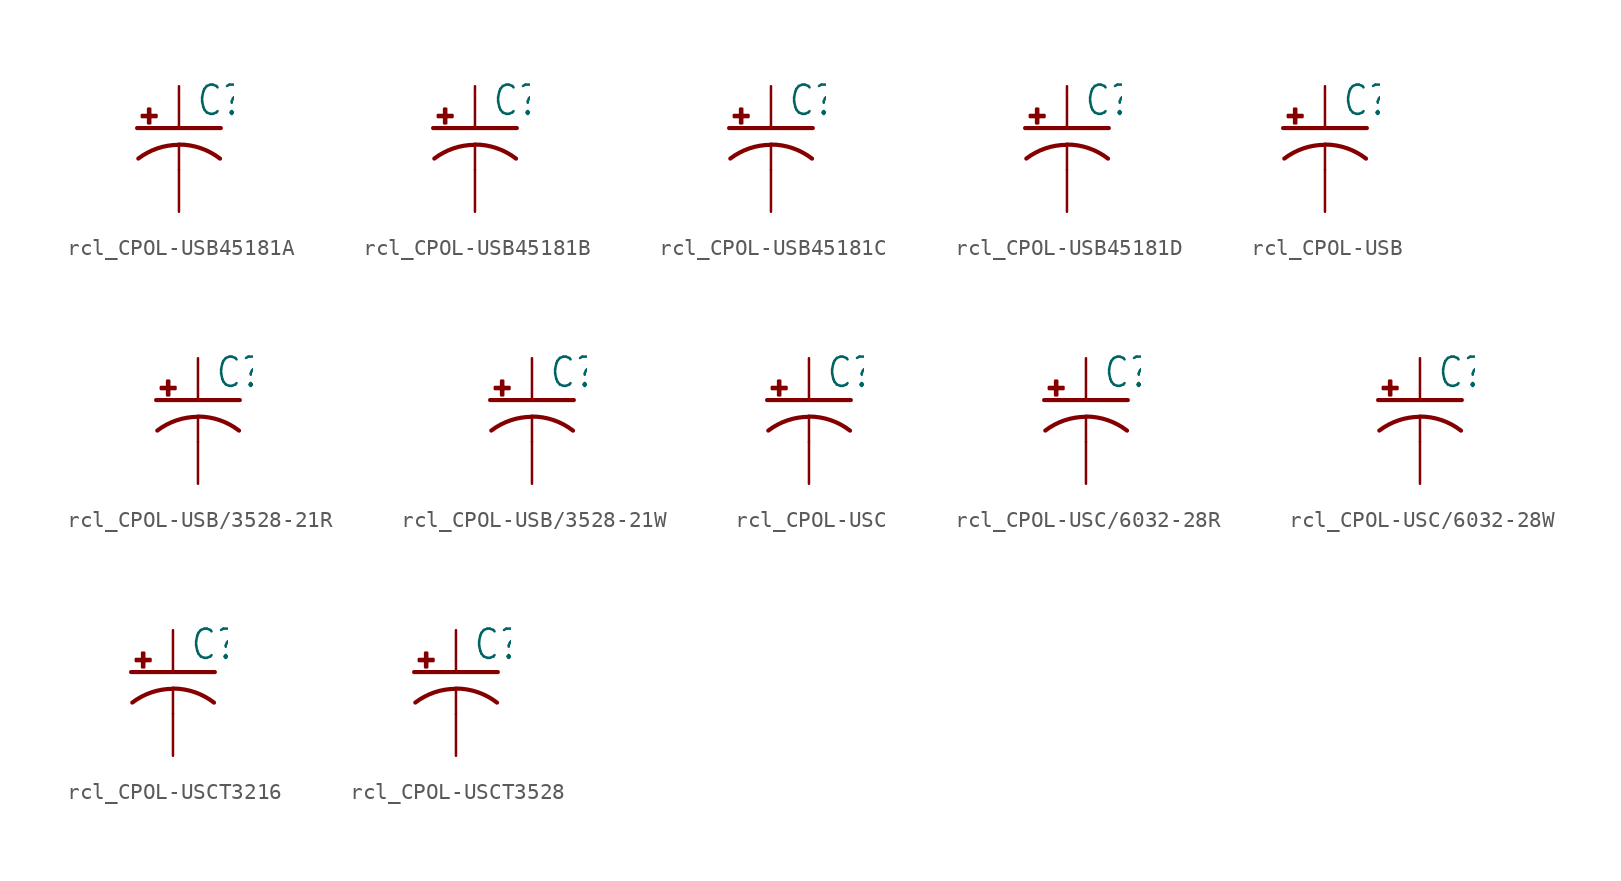
<source format=kicad_sym>
(kicad_symbol_lib
  (version 20220914)
  (generator kicad_symbol_editor)
  (symbol "rcl_CPOL-USB45181A"
    (property "Reference" "C"
      (at 1.016 0.635 0)
      (effects (font (size 1.778 1.511)) (justify left bottom)))
    (property "Value" ""
      (at 1.016 -4.191 0)
      (effects (font (size 1.778 1.511)) (justify left bottom)))
    (property "ki_locked" ""
      (at 0 0 0)
      (effects (font (size 1.27 1.27))))
    (symbol "rcl_CPOL-USB45181A_1_0"
      (rectangle (start -2.253 0.668) (end -1.364 0.795) (stroke (width 0) (type default)) (fill (type outline)))
      (rectangle (start -1.872 0.287) (end -1.745 1.176) (stroke (width 0) (type default)) (fill (type outline)))
      (arc (start 0 -1.0161) (mid -1.3021 -1.2303) (end -2.4669 -1.8504) (stroke (width 0.254) (type solid)) (fill (type none)))
      (polyline (pts (xy -2.54 0) (xy 2.54 0)) (stroke (width 0.254) (type solid)) (fill (type none)))
      (polyline (pts (xy 0 -1.016) (xy 0 -2.54)) (stroke (width 0.152) (type solid)) (fill (type none)))
      (arc (start 2.4892 -1.8541) (mid 1.3158 -1.2194) (end 0 -1) (stroke (width 0.254) (type solid)) (fill (type none)))
      (pin passive line (at 0 2.54 270) (length 2.54) (name "+" (effects (font (size 0 0)))) (number "+" (effects (font (size 0 0)))))
      (pin passive line (at 0 -5.08 90) (length 2.54) (name "-" (effects (font (size 0 0)))) (number "-" (effects (font (size 0 0)))))))
  (symbol "rcl_CPOL-USB45181B"
    (property "Reference" "C"
      (at 1.016 0.635 0)
      (effects (font (size 1.778 1.511)) (justify left bottom)))
    (property "Value" ""
      (at 1.016 -4.191 0)
      (effects (font (size 1.778 1.511)) (justify left bottom)))
    (property "ki_locked" ""
      (at 0 0 0)
      (effects (font (size 1.27 1.27))))
    (symbol "rcl_CPOL-USB45181B_1_0"
      (rectangle (start -2.253 0.668) (end -1.364 0.795) (stroke (width 0) (type default)) (fill (type outline)))
      (rectangle (start -1.872 0.287) (end -1.745 1.176) (stroke (width 0) (type default)) (fill (type outline)))
      (arc (start 0 -1.0161) (mid -1.3021 -1.2303) (end -2.4669 -1.8504) (stroke (width 0.254) (type solid)) (fill (type none)))
      (polyline (pts (xy -2.54 0) (xy 2.54 0)) (stroke (width 0.254) (type solid)) (fill (type none)))
      (polyline (pts (xy 0 -1.016) (xy 0 -2.54)) (stroke (width 0.152) (type solid)) (fill (type none)))
      (arc (start 2.4892 -1.8541) (mid 1.3158 -1.2194) (end 0 -1) (stroke (width 0.254) (type solid)) (fill (type none)))
      (pin passive line (at 0 2.54 270) (length 2.54) (name "+" (effects (font (size 0 0)))) (number "+" (effects (font (size 0 0)))))
      (pin passive line (at 0 -5.08 90) (length 2.54) (name "-" (effects (font (size 0 0)))) (number "-" (effects (font (size 0 0)))))))
  (symbol "rcl_CPOL-USB45181C"
    (property "Reference" "C"
      (at 1.016 0.635 0)
      (effects (font (size 1.778 1.511)) (justify left bottom)))
    (property "Value" ""
      (at 1.016 -4.191 0)
      (effects (font (size 1.778 1.511)) (justify left bottom)))
    (property "ki_locked" ""
      (at 0 0 0)
      (effects (font (size 1.27 1.27))))
    (symbol "rcl_CPOL-USB45181C_1_0"
      (rectangle (start -2.253 0.668) (end -1.364 0.795) (stroke (width 0) (type default)) (fill (type outline)))
      (rectangle (start -1.872 0.287) (end -1.745 1.176) (stroke (width 0) (type default)) (fill (type outline)))
      (arc (start 0 -1.0161) (mid -1.3021 -1.2303) (end -2.4669 -1.8504) (stroke (width 0.254) (type solid)) (fill (type none)))
      (polyline (pts (xy -2.54 0) (xy 2.54 0)) (stroke (width 0.254) (type solid)) (fill (type none)))
      (polyline (pts (xy 0 -1.016) (xy 0 -2.54)) (stroke (width 0.152) (type solid)) (fill (type none)))
      (arc (start 2.4892 -1.8541) (mid 1.3158 -1.2194) (end 0 -1) (stroke (width 0.254) (type solid)) (fill (type none)))
      (pin passive line (at 0 2.54 270) (length 2.54) (name "+" (effects (font (size 0 0)))) (number "+" (effects (font (size 0 0)))))
      (pin passive line (at 0 -5.08 90) (length 2.54) (name "-" (effects (font (size 0 0)))) (number "-" (effects (font (size 0 0)))))))
  (symbol "rcl_CPOL-USB45181D"
    (property "Reference" "C"
      (at 1.016 0.635 0)
      (effects (font (size 1.778 1.511)) (justify left bottom)))
    (property "Value" ""
      (at 1.016 -4.191 0)
      (effects (font (size 1.778 1.511)) (justify left bottom)))
    (property "ki_locked" ""
      (at 0 0 0)
      (effects (font (size 1.27 1.27))))
    (symbol "rcl_CPOL-USB45181D_1_0"
      (rectangle (start -2.253 0.668) (end -1.364 0.795) (stroke (width 0) (type default)) (fill (type outline)))
      (rectangle (start -1.872 0.287) (end -1.745 1.176) (stroke (width 0) (type default)) (fill (type outline)))
      (arc (start 0 -1.0161) (mid -1.3021 -1.2303) (end -2.4669 -1.8504) (stroke (width 0.254) (type solid)) (fill (type none)))
      (polyline (pts (xy -2.54 0) (xy 2.54 0)) (stroke (width 0.254) (type solid)) (fill (type none)))
      (polyline (pts (xy 0 -1.016) (xy 0 -2.54)) (stroke (width 0.152) (type solid)) (fill (type none)))
      (arc (start 2.4892 -1.8541) (mid 1.3158 -1.2194) (end 0 -1) (stroke (width 0.254) (type solid)) (fill (type none)))
      (pin passive line (at 0 2.54 270) (length 2.54) (name "+" (effects (font (size 0 0)))) (number "+" (effects (font (size 0 0)))))
      (pin passive line (at 0 -5.08 90) (length 2.54) (name "-" (effects (font (size 0 0)))) (number "-" (effects (font (size 0 0)))))))
  (symbol "rcl_CPOL-USB"
    (property "Reference" "C"
      (at 1.016 0.635 0)
      (effects (font (size 1.778 1.511)) (justify left bottom)))
    (property "Value" ""
      (at 1.016 -4.191 0)
      (effects (font (size 1.778 1.511)) (justify left bottom)))
    (property "ki_locked" ""
      (at 0 0 0)
      (effects (font (size 1.27 1.27))))
    (symbol "rcl_CPOL-USB_1_0"
      (rectangle (start -2.253 0.668) (end -1.364 0.795) (stroke (width 0) (type default)) (fill (type outline)))
      (rectangle (start -1.872 0.287) (end -1.745 1.176) (stroke (width 0) (type default)) (fill (type outline)))
      (arc (start 0 -1.0161) (mid -1.3021 -1.2303) (end -2.4669 -1.8504) (stroke (width 0.254) (type solid)) (fill (type none)))
      (polyline (pts (xy -2.54 0) (xy 2.54 0)) (stroke (width 0.254) (type solid)) (fill (type none)))
      (polyline (pts (xy 0 -1.016) (xy 0 -2.54)) (stroke (width 0.152) (type solid)) (fill (type none)))
      (arc (start 2.4892 -1.8541) (mid 1.3158 -1.2194) (end 0 -1) (stroke (width 0.254) (type solid)) (fill (type none)))
      (pin passive line (at 0 2.54 270) (length 2.54) (name "+" (effects (font (size 0 0)))) (number "+" (effects (font (size 0 0)))))
      (pin passive line (at 0 -5.08 90) (length 2.54) (name "-" (effects (font (size 0 0)))) (number "-" (effects (font (size 0 0)))))))
  (symbol "rcl_CPOL-USB/3528-21R"
    (property "Reference" "C"
      (at 1.016 0.635 0)
      (effects (font (size 1.778 1.511)) (justify left bottom)))
    (property "Value" ""
      (at 1.016 -4.191 0)
      (effects (font (size 1.778 1.511)) (justify left bottom)))
    (property "ki_locked" ""
      (at 0 0 0)
      (effects (font (size 1.27 1.27))))
    (symbol "rcl_CPOL-USB/3528-21R_1_0"
      (rectangle (start -2.253 0.668) (end -1.364 0.795) (stroke (width 0) (type default)) (fill (type outline)))
      (rectangle (start -1.872 0.287) (end -1.745 1.176) (stroke (width 0) (type default)) (fill (type outline)))
      (arc (start 0 -1.0161) (mid -1.3021 -1.2303) (end -2.4669 -1.8504) (stroke (width 0.254) (type solid)) (fill (type none)))
      (polyline (pts (xy -2.54 0) (xy 2.54 0)) (stroke (width 0.254) (type solid)) (fill (type none)))
      (polyline (pts (xy 0 -1.016) (xy 0 -2.54)) (stroke (width 0.152) (type solid)) (fill (type none)))
      (arc (start 2.4892 -1.8541) (mid 1.3158 -1.2194) (end 0 -1) (stroke (width 0.254) (type solid)) (fill (type none)))
      (pin passive line (at 0 2.54 270) (length 2.54) (name "+" (effects (font (size 0 0)))) (number "+" (effects (font (size 0 0)))))
      (pin passive line (at 0 -5.08 90) (length 2.54) (name "-" (effects (font (size 0 0)))) (number "-" (effects (font (size 0 0)))))))
  (symbol "rcl_CPOL-USB/3528-21W"
    (property "Reference" "C"
      (at 1.016 0.635 0)
      (effects (font (size 1.778 1.511)) (justify left bottom)))
    (property "Value" ""
      (at 1.016 -4.191 0)
      (effects (font (size 1.778 1.511)) (justify left bottom)))
    (property "ki_locked" ""
      (at 0 0 0)
      (effects (font (size 1.27 1.27))))
    (symbol "rcl_CPOL-USB/3528-21W_1_0"
      (rectangle (start -2.253 0.668) (end -1.364 0.795) (stroke (width 0) (type default)) (fill (type outline)))
      (rectangle (start -1.872 0.287) (end -1.745 1.176) (stroke (width 0) (type default)) (fill (type outline)))
      (arc (start 0 -1.0161) (mid -1.3021 -1.2303) (end -2.4669 -1.8504) (stroke (width 0.254) (type solid)) (fill (type none)))
      (polyline (pts (xy -2.54 0) (xy 2.54 0)) (stroke (width 0.254) (type solid)) (fill (type none)))
      (polyline (pts (xy 0 -1.016) (xy 0 -2.54)) (stroke (width 0.152) (type solid)) (fill (type none)))
      (arc (start 2.4892 -1.8541) (mid 1.3158 -1.2194) (end 0 -1) (stroke (width 0.254) (type solid)) (fill (type none)))
      (pin passive line (at 0 2.54 270) (length 2.54) (name "+" (effects (font (size 0 0)))) (number "+" (effects (font (size 0 0)))))
      (pin passive line (at 0 -5.08 90) (length 2.54) (name "-" (effects (font (size 0 0)))) (number "-" (effects (font (size 0 0)))))))
  (symbol "rcl_CPOL-USC"
    (property "Reference" "C"
      (at 1.016 0.635 0)
      (effects (font (size 1.778 1.511)) (justify left bottom)))
    (property "Value" ""
      (at 1.016 -4.191 0)
      (effects (font (size 1.778 1.511)) (justify left bottom)))
    (property "ki_locked" ""
      (at 0 0 0)
      (effects (font (size 1.27 1.27))))
    (symbol "rcl_CPOL-USC_1_0"
      (rectangle (start -2.253 0.668) (end -1.364 0.795) (stroke (width 0) (type default)) (fill (type outline)))
      (rectangle (start -1.872 0.287) (end -1.745 1.176) (stroke (width 0) (type default)) (fill (type outline)))
      (arc (start 0 -1.0161) (mid -1.3021 -1.2303) (end -2.4669 -1.8504) (stroke (width 0.254) (type solid)) (fill (type none)))
      (polyline (pts (xy -2.54 0) (xy 2.54 0)) (stroke (width 0.254) (type solid)) (fill (type none)))
      (polyline (pts (xy 0 -1.016) (xy 0 -2.54)) (stroke (width 0.152) (type solid)) (fill (type none)))
      (arc (start 2.4892 -1.8541) (mid 1.3158 -1.2194) (end 0 -1) (stroke (width 0.254) (type solid)) (fill (type none)))
      (pin passive line (at 0 2.54 270) (length 2.54) (name "+" (effects (font (size 0 0)))) (number "+" (effects (font (size 0 0)))))
      (pin passive line (at 0 -5.08 90) (length 2.54) (name "-" (effects (font (size 0 0)))) (number "-" (effects (font (size 0 0)))))))
  (symbol "rcl_CPOL-USC/6032-28R"
    (property "Reference" "C"
      (at 1.016 0.635 0)
      (effects (font (size 1.778 1.511)) (justify left bottom)))
    (property "Value" ""
      (at 1.016 -4.191 0)
      (effects (font (size 1.778 1.511)) (justify left bottom)))
    (property "ki_locked" ""
      (at 0 0 0)
      (effects (font (size 1.27 1.27))))
    (symbol "rcl_CPOL-USC/6032-28R_1_0"
      (rectangle (start -2.253 0.668) (end -1.364 0.795) (stroke (width 0) (type default)) (fill (type outline)))
      (rectangle (start -1.872 0.287) (end -1.745 1.176) (stroke (width 0) (type default)) (fill (type outline)))
      (arc (start 0 -1.0161) (mid -1.3021 -1.2303) (end -2.4669 -1.8504) (stroke (width 0.254) (type solid)) (fill (type none)))
      (polyline (pts (xy -2.54 0) (xy 2.54 0)) (stroke (width 0.254) (type solid)) (fill (type none)))
      (polyline (pts (xy 0 -1.016) (xy 0 -2.54)) (stroke (width 0.152) (type solid)) (fill (type none)))
      (arc (start 2.4892 -1.8541) (mid 1.3158 -1.2194) (end 0 -1) (stroke (width 0.254) (type solid)) (fill (type none)))
      (pin passive line (at 0 2.54 270) (length 2.54) (name "+" (effects (font (size 0 0)))) (number "+" (effects (font (size 0 0)))))
      (pin passive line (at 0 -5.08 90) (length 2.54) (name "-" (effects (font (size 0 0)))) (number "-" (effects (font (size 0 0)))))))
  (symbol "rcl_CPOL-USC/6032-28W"
    (property "Reference" "C"
      (at 1.016 0.635 0)
      (effects (font (size 1.778 1.511)) (justify left bottom)))
    (property "Value" ""
      (at 1.016 -4.191 0)
      (effects (font (size 1.778 1.511)) (justify left bottom)))
    (property "ki_locked" ""
      (at 0 0 0)
      (effects (font (size 1.27 1.27))))
    (symbol "rcl_CPOL-USC/6032-28W_1_0"
      (rectangle (start -2.253 0.668) (end -1.364 0.795) (stroke (width 0) (type default)) (fill (type outline)))
      (rectangle (start -1.872 0.287) (end -1.745 1.176) (stroke (width 0) (type default)) (fill (type outline)))
      (arc (start 0 -1.0161) (mid -1.3021 -1.2303) (end -2.4669 -1.8504) (stroke (width 0.254) (type solid)) (fill (type none)))
      (polyline (pts (xy -2.54 0) (xy 2.54 0)) (stroke (width 0.254) (type solid)) (fill (type none)))
      (polyline (pts (xy 0 -1.016) (xy 0 -2.54)) (stroke (width 0.152) (type solid)) (fill (type none)))
      (arc (start 2.4892 -1.8541) (mid 1.3158 -1.2194) (end 0 -1) (stroke (width 0.254) (type solid)) (fill (type none)))
      (pin passive line (at 0 2.54 270) (length 2.54) (name "+" (effects (font (size 0 0)))) (number "+" (effects (font (size 0 0)))))
      (pin passive line (at 0 -5.08 90) (length 2.54) (name "-" (effects (font (size 0 0)))) (number "-" (effects (font (size 0 0)))))))
  (symbol "rcl_CPOL-USCT3216"
    (property "Reference" "C"
      (at 1.016 0.635 0)
      (effects (font (size 1.778 1.511)) (justify left bottom)))
    (property "Value" ""
      (at 1.016 -4.191 0)
      (effects (font (size 1.778 1.511)) (justify left bottom)))
    (property "ki_locked" ""
      (at 0 0 0)
      (effects (font (size 1.27 1.27))))
    (symbol "rcl_CPOL-USCT3216_1_0"
      (rectangle (start -2.253 0.668) (end -1.364 0.795) (stroke (width 0) (type default)) (fill (type outline)))
      (rectangle (start -1.872 0.287) (end -1.745 1.176) (stroke (width 0) (type default)) (fill (type outline)))
      (arc (start 0 -1.0161) (mid -1.3021 -1.2303) (end -2.4669 -1.8504) (stroke (width 0.254) (type solid)) (fill (type none)))
      (polyline (pts (xy -2.54 0) (xy 2.54 0)) (stroke (width 0.254) (type solid)) (fill (type none)))
      (polyline (pts (xy 0 -1.016) (xy 0 -2.54)) (stroke (width 0.152) (type solid)) (fill (type none)))
      (arc (start 2.4892 -1.8541) (mid 1.3158 -1.2194) (end 0 -1) (stroke (width 0.254) (type solid)) (fill (type none)))
      (pin passive line (at 0 2.54 270) (length 2.54) (name "+" (effects (font (size 0 0)))) (number "+" (effects (font (size 0 0)))))
      (pin passive line (at 0 -5.08 90) (length 2.54) (name "-" (effects (font (size 0 0)))) (number "-" (effects (font (size 0 0)))))))
  (symbol "rcl_CPOL-USCT3528"
    (property "Reference" "C"
      (at 1.016 0.635 0)
      (effects (font (size 1.778 1.511)) (justify left bottom)))
    (property "Value" ""
      (at 1.016 -4.191 0)
      (effects (font (size 1.778 1.511)) (justify left bottom)))
    (property "ki_locked" ""
      (at 0 0 0)
      (effects (font (size 1.27 1.27))))
    (symbol "rcl_CPOL-USCT3528_1_0"
      (rectangle (start -2.253 0.668) (end -1.364 0.795) (stroke (width 0) (type default)) (fill (type outline)))
      (rectangle (start -1.872 0.287) (end -1.745 1.176) (stroke (width 0) (type default)) (fill (type outline)))
      (arc (start 0 -1.0161) (mid -1.3021 -1.2303) (end -2.4669 -1.8504) (stroke (width 0.254) (type solid)) (fill (type none)))
      (polyline (pts (xy -2.54 0) (xy 2.54 0)) (stroke (width 0.254) (type solid)) (fill (type none)))
      (polyline (pts (xy 0 -1.016) (xy 0 -2.54)) (stroke (width 0.152) (type solid)) (fill (type none)))
      (arc (start 2.4892 -1.8541) (mid 1.3158 -1.2194) (end 0 -1) (stroke (width 0.254) (type solid)) (fill (type none)))
      (pin passive line (at 0 2.54 270) (length 2.54) (name "+" (effects (font (size 0 0)))) (number "+" (effects (font (size 0 0)))))
      (pin passive line (at 0 -5.08 90) (length 2.54) (name "-" (effects (font (size 0 0)))) (number "-" (effects (font (size 0 0))))))))
</source>
